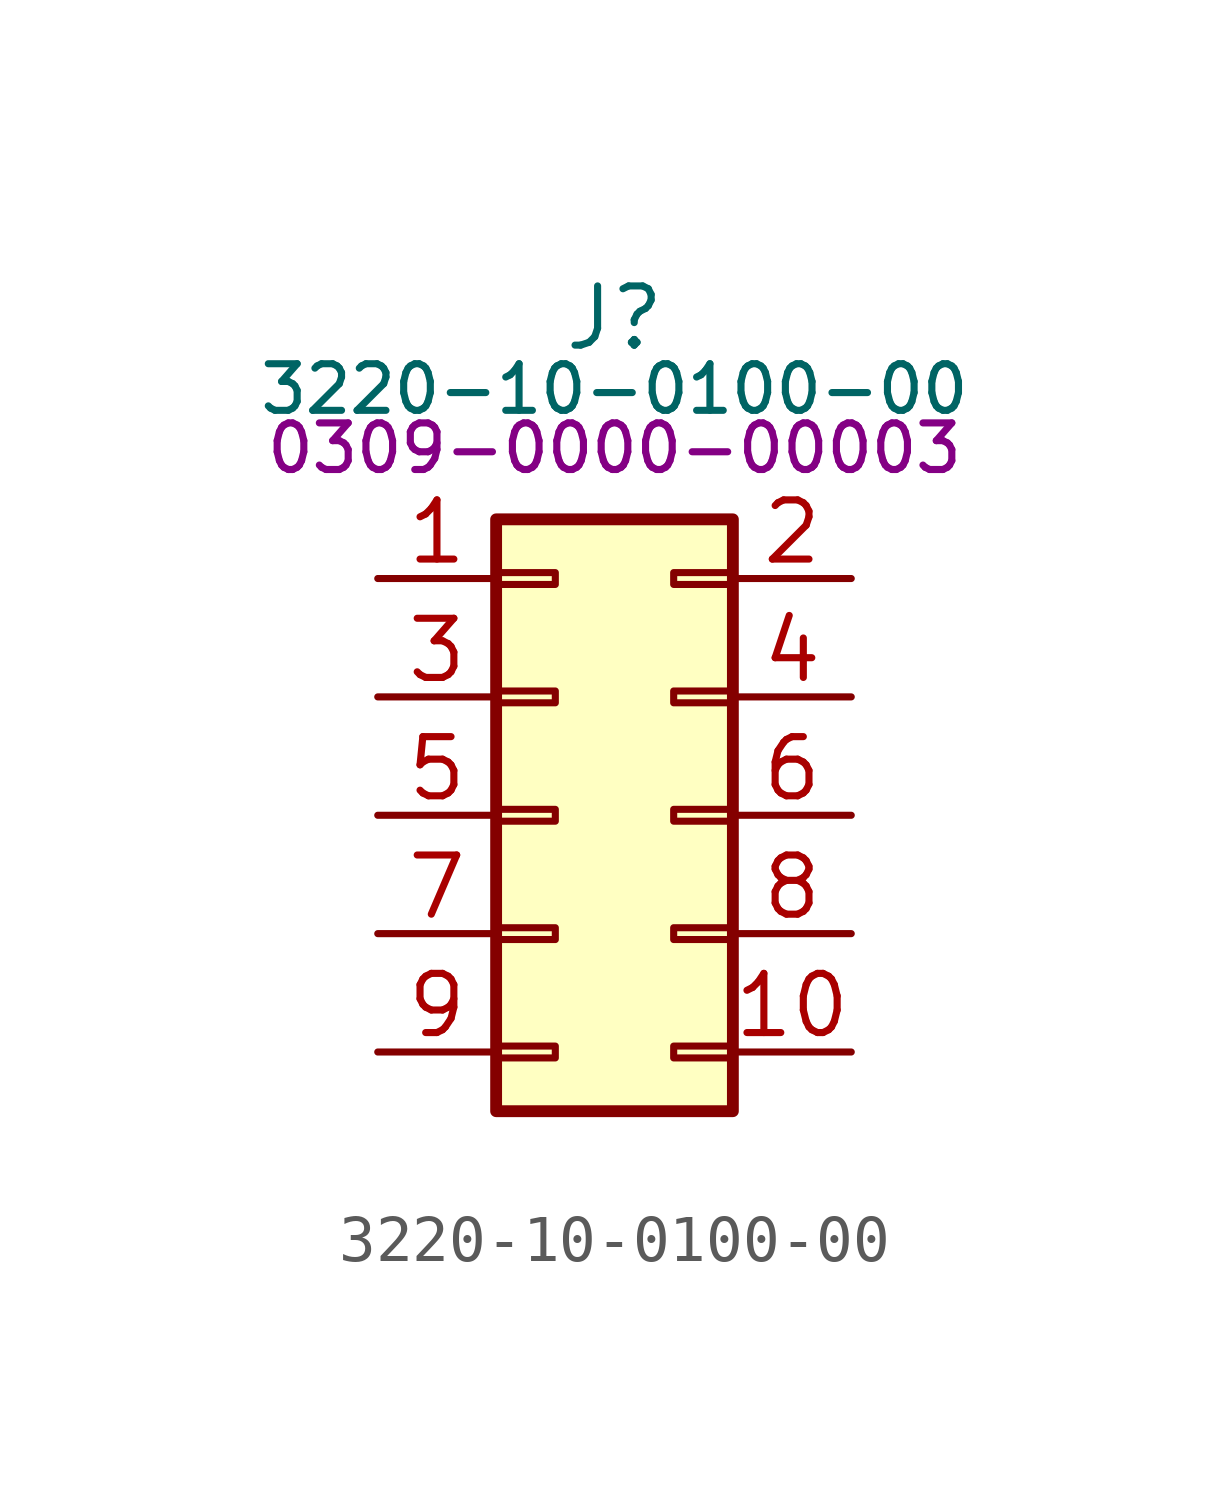
<source format=kicad_sym>
(kicad_symbol_lib
  (version 20231120)
  (generator "kicad_symbol_editor")
  (generator_version "8.0")
  (symbol "3220-10-0100-00"
    (pin_names hide)
    (property "Reference" "J"
      (at 2.54 3.048 0)
      (effects (font (size 1.27 1.27))))
    (property "Value" "3220-10-0100-00"
      (at 2.54 1.524 0)
      (effects (font (size 1 1))))
    (property "PartNumber" "0309-0000-00003"
      (at 2.54 0.254 0)
      (effects (font (size 1 1))))
    (symbol "3220-10-0100-00_1_1"
      (rectangle (start 0 -12.573) (end 1.27 -12.827) (stroke (width 0.152) (type default)) (fill (type none)))
      (rectangle (start 0 -10.033) (end 1.27 -10.287) (stroke (width 0.152) (type default)) (fill (type none)))
      (rectangle (start 0 -7.493) (end 1.27 -7.747) (stroke (width 0.152) (type default)) (fill (type none)))
      (rectangle (start 0 -4.953) (end 1.27 -5.207) (stroke (width 0.152) (type default)) (fill (type none)))
      (rectangle (start 0 -2.413) (end 1.27 -2.667) (stroke (width 0.152) (type default)) (fill (type none)))
      (rectangle (start 0 -1.27) (end 5.08 -13.97) (stroke (width 0.254) (type default)) (fill (type background)))
      (rectangle (start 5.08 -12.573) (end 3.81 -12.827) (stroke (width 0.152) (type default)) (fill (type none)))
      (rectangle (start 5.08 -10.033) (end 3.81 -10.287) (stroke (width 0.152) (type default)) (fill (type none)))
      (rectangle (start 5.08 -7.493) (end 3.81 -7.747) (stroke (width 0.152) (type default)) (fill (type none)))
      (rectangle (start 5.08 -4.953) (end 3.81 -5.207) (stroke (width 0.152) (type default)) (fill (type none)))
      (rectangle (start 5.08 -2.413) (end 3.81 -2.667) (stroke (width 0.152) (type default)) (fill (type none)))
      (pin passive line (at -2.54 -2.54 0) (length 2.54) (name "Pin_1" (effects (font (size 1.27 1.27)))) (number "1" (effects (font (size 1.27 1.27)))))
      (pin passive line (at 7.62 -12.7 180) (length 2.54) (name "Pin_10" (effects (font (size 1.27 1.27)))) (number "10" (effects (font (size 1.27 1.27)))))
      (pin passive line (at 7.62 -2.54 180) (length 2.54) (name "Pin_2" (effects (font (size 1.27 1.27)))) (number "2" (effects (font (size 1.27 1.27)))))
      (pin passive line (at -2.54 -5.08 0) (length 2.54) (name "Pin_3" (effects (font (size 1.27 1.27)))) (number "3" (effects (font (size 1.27 1.27)))))
      (pin passive line (at 7.62 -5.08 180) (length 2.54) (name "Pin_4" (effects (font (size 1.27 1.27)))) (number "4" (effects (font (size 1.27 1.27)))))
      (pin passive line (at -2.54 -7.62 0) (length 2.54) (name "Pin_5" (effects (font (size 1.27 1.27)))) (number "5" (effects (font (size 1.27 1.27)))))
      (pin passive line (at 7.62 -7.62 180) (length 2.54) (name "Pin_6" (effects (font (size 1.27 1.27)))) (number "6" (effects (font (size 1.27 1.27)))))
      (pin passive line (at -2.54 -10.16 0) (length 2.54) (name "Pin_7" (effects (font (size 1.27 1.27)))) (number "7" (effects (font (size 1.27 1.27)))))
      (pin passive line (at 7.62 -10.16 180) (length 2.54) (name "Pin_8" (effects (font (size 1.27 1.27)))) (number "8" (effects (font (size 1.27 1.27)))))
      (pin passive line (at -2.54 -12.7 0) (length 2.54) (name "Pin_9" (effects (font (size 1.27 1.27)))) (number "9" (effects (font (size 1.27 1.27))))))))
</source>
